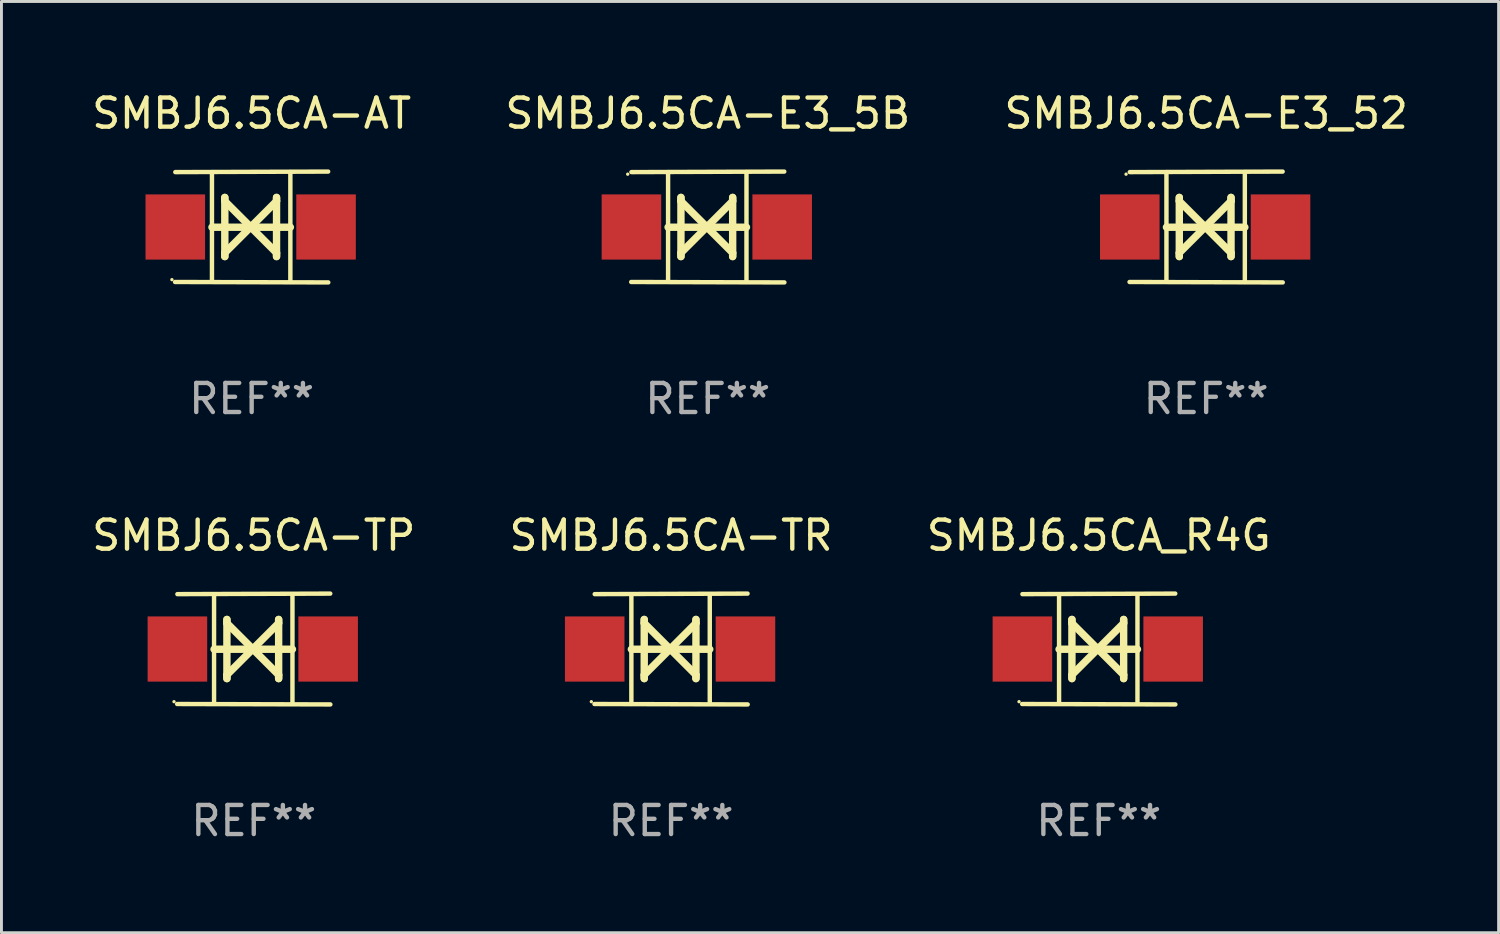
<source format=kicad_pcb>
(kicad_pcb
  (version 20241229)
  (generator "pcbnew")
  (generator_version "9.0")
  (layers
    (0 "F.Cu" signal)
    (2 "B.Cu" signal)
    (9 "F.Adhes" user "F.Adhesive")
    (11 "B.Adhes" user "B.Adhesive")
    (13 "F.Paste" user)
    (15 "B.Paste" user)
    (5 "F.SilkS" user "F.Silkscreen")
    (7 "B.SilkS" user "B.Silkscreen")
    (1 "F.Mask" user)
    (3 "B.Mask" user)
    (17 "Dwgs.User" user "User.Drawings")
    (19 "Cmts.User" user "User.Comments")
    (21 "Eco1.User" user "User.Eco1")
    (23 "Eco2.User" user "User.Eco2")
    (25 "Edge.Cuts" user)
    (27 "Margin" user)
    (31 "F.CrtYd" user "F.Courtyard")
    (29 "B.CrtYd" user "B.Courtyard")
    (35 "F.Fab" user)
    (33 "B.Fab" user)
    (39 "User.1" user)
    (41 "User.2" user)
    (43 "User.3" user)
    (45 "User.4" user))
  (footprint "SMBJ6.5CA-E3_5B"
    (layer "F.Cu")
    (at 21.28 4.753)
    (property "Reference" "SMBJ6.5CA-E3_5B" (at 0 -3.905 0) (layer "F.SilkS") (effects (font (size 1 1) (thickness 0.15))))
    (attr through_hole)
    (fp_line (start -1.365 1.886) (end -1.365 -1.886) (stroke (width 0.152) (type solid)) (layer "F.SilkS"))
    (fp_line (start -1.365 0.008) (end 1.33 0.008) (stroke (width 0.254) (type solid)) (layer "F.SilkS"))
    (fp_line (start -0.923 -1.016) (end -0.923 1.016) (stroke (width 0.254) (type solid)) (layer "F.SilkS"))
    (fp_line (start -0.923 -0.889) (end -0.923 -1.016) (stroke (width 0.254) (type solid)) (layer "F.SilkS"))
    (fp_line (start -0.923 0.889) (end -0.034 0) (stroke (width 0.254) (type solid)) (layer "F.SilkS"))
    (fp_line (start -0.923 1.016) (end -0.923 0.889) (stroke (width 0.254) (type solid)) (layer "F.SilkS"))
    (fp_line (start -0.034 0) (end -0.923 -0.889) (stroke (width 0.254) (type solid)) (layer "F.SilkS"))
    (fp_line (start -0.034 0) (end 0.855 0.889) (stroke (width 0.254) (type solid)) (layer "F.SilkS"))
    (fp_line (start 0.855 -1.016) (end 0.855 -0.889) (stroke (width 0.254) (type solid)) (layer "F.SilkS"))
    (fp_line (start 0.855 -0.889) (end -0.034 0) (stroke (width 0.254) (type solid)) (layer "F.SilkS"))
    (fp_line (start 0.855 0.889) (end 0.855 1.016) (stroke (width 0.254) (type solid)) (layer "F.SilkS"))
    (fp_line (start 0.855 1.016) (end 0.855 -1.016) (stroke (width 0.254) (type solid)) (layer "F.SilkS"))
    (fp_line (start 1.33 1.886) (end 1.33 -1.886) (stroke (width 0.152) (type solid)) (layer "F.SilkS"))
    (fp_line (start 2.629 -1.905) (end -2.625 -1.887) (stroke (width 0.152) (type solid)) (layer "F.SilkS"))
    (fp_line (start 2.633 1.905) (end -2.633 1.89) (stroke (width 0.152) (type solid)) (layer "F.SilkS"))
    (fp_circle (center -2.753 -1.816) (end -2.723 -1.816) (stroke (width 0.06) (type solid)) (fill no) (layer "F.SilkS"))
    (fp_text user "REF**" (at 0 5.905 0) (layer "F.Fab") (effects (font (size 1 1) (thickness 0.15))))
    (pad "1" smd rect (at -2.625 0) (size 2.047 2.241) (layers "F.Cu" "F.Mask" "F.Paste"))
    (pad "2" smd rect (at 2.557 0) (size 2.047 2.241) (layers "F.Cu" "F.Mask" "F.Paste")))
  (footprint "SMBJ6.5CA-TR"
    (layer "F.Cu")
    (at 20.018 19.26)
    (property "Reference" "SMBJ6.5CA-TR" (at 0 -3.905 0) (layer "F.SilkS") (effects (font (size 1 1) (thickness 0.15))))
    (attr through_hole)
    (fp_line (start -1.365 1.886) (end -1.365 -1.886) (stroke (width 0.152) (type solid)) (layer "F.SilkS"))
    (fp_line (start -1.365 0.008) (end 1.33 0.008) (stroke (width 0.254) (type solid)) (layer "F.SilkS"))
    (fp_line (start -0.923 -1.016) (end -0.923 1.016) (stroke (width 0.254) (type solid)) (layer "F.SilkS"))
    (fp_line (start -0.923 -0.889) (end -0.923 -1.016) (stroke (width 0.254) (type solid)) (layer "F.SilkS"))
    (fp_line (start -0.923 0.889) (end -0.034 0) (stroke (width 0.254) (type solid)) (layer "F.SilkS"))
    (fp_line (start -0.923 1.016) (end -0.923 0.889) (stroke (width 0.254) (type solid)) (layer "F.SilkS"))
    (fp_line (start -0.034 0) (end -0.923 -0.889) (stroke (width 0.254) (type solid)) (layer "F.SilkS"))
    (fp_line (start -0.034 0) (end 0.855 0.889) (stroke (width 0.254) (type solid)) (layer "F.SilkS"))
    (fp_line (start 0.855 -1.016) (end 0.855 -0.889) (stroke (width 0.254) (type solid)) (layer "F.SilkS"))
    (fp_line (start 0.855 -0.889) (end -0.034 0) (stroke (width 0.254) (type solid)) (layer "F.SilkS"))
    (fp_line (start 0.855 0.889) (end 0.855 1.016) (stroke (width 0.254) (type solid)) (layer "F.SilkS"))
    (fp_line (start 0.855 1.016) (end 0.855 -1.016) (stroke (width 0.254) (type solid)) (layer "F.SilkS"))
    (fp_line (start 1.33 1.886) (end 1.33 -1.886) (stroke (width 0.152) (type solid)) (layer "F.SilkS"))
    (fp_line (start 2.629 -1.905) (end -2.625 -1.887) (stroke (width 0.152) (type solid)) (layer "F.SilkS"))
    (fp_line (start 2.633 1.905) (end -2.633 1.89) (stroke (width 0.152) (type solid)) (layer "F.SilkS"))
    (fp_circle (center -2.741 1.81) (end -2.711 1.81) (stroke (width 0.06) (type solid)) (fill no) (layer "F.SilkS"))
    (fp_text user "REF**" (at 0 5.905 0) (layer "F.Fab") (effects (font (size 1 1) (thickness 0.15))))
    (pad "1" smd rect (at -2.625 0) (size 2.047 2.241) (layers "F.Cu" "F.Mask" "F.Paste"))
    (pad "2" smd rect (at 2.557 0) (size 2.047 2.241) (layers "F.Cu" "F.Mask" "F.Paste")))
  (footprint "SMBJ6.5CA-E3_52"
    (layer "F.Cu")
    (at 38.411 4.753)
    (property "Reference" "SMBJ6.5CA-E3_52" (at 0 -3.905 0) (layer "F.SilkS") (effects (font (size 1 1) (thickness 0.15))))
    (attr through_hole)
    (fp_line (start -1.365 1.886) (end -1.365 -1.886) (stroke (width 0.152) (type solid)) (layer "F.SilkS"))
    (fp_line (start -1.365 0.008) (end 1.33 0.008) (stroke (width 0.254) (type solid)) (layer "F.SilkS"))
    (fp_line (start -0.923 -1.016) (end -0.923 1.016) (stroke (width 0.254) (type solid)) (layer "F.SilkS"))
    (fp_line (start -0.923 -0.889) (end -0.923 -1.016) (stroke (width 0.254) (type solid)) (layer "F.SilkS"))
    (fp_line (start -0.923 0.889) (end -0.034 0) (stroke (width 0.254) (type solid)) (layer "F.SilkS"))
    (fp_line (start -0.923 1.016) (end -0.923 0.889) (stroke (width 0.254) (type solid)) (layer "F.SilkS"))
    (fp_line (start -0.034 0) (end -0.923 -0.889) (stroke (width 0.254) (type solid)) (layer "F.SilkS"))
    (fp_line (start -0.034 0) (end 0.855 0.889) (stroke (width 0.254) (type solid)) (layer "F.SilkS"))
    (fp_line (start 0.855 -1.016) (end 0.855 -0.889) (stroke (width 0.254) (type solid)) (layer "F.SilkS"))
    (fp_line (start 0.855 -0.889) (end -0.034 0) (stroke (width 0.254) (type solid)) (layer "F.SilkS"))
    (fp_line (start 0.855 0.889) (end 0.855 1.016) (stroke (width 0.254) (type solid)) (layer "F.SilkS"))
    (fp_line (start 0.855 1.016) (end 0.855 -1.016) (stroke (width 0.254) (type solid)) (layer "F.SilkS"))
    (fp_line (start 1.33 1.886) (end 1.33 -1.886) (stroke (width 0.152) (type solid)) (layer "F.SilkS"))
    (fp_line (start 2.629 -1.905) (end -2.625 -1.887) (stroke (width 0.152) (type solid)) (layer "F.SilkS"))
    (fp_line (start 2.633 1.905) (end -2.633 1.89) (stroke (width 0.152) (type solid)) (layer "F.SilkS"))
    (fp_circle (center -2.753 -1.816) (end -2.723 -1.816) (stroke (width 0.06) (type solid)) (fill no) (layer "F.SilkS"))
    (fp_text user "REF**" (at 0 5.905 0) (layer "F.Fab") (effects (font (size 1 1) (thickness 0.15))))
    (pad "1" smd rect (at -2.625 0) (size 2.047 2.241) (layers "F.Cu" "F.Mask" "F.Paste"))
    (pad "2" smd rect (at 2.557 0) (size 2.047 2.241) (layers "F.Cu" "F.Mask" "F.Paste")))
  (footprint "SMBJ6.5CA_R4G"
    (layer "F.Cu")
    (at 34.72 19.26)
    (property "Reference" "SMBJ6.5CA_R4G" (at 0 -3.905 0) (layer "F.SilkS") (effects (font (size 1 1) (thickness 0.15))))
    (attr through_hole)
    (fp_line (start -1.365 1.886) (end -1.365 -1.886) (stroke (width 0.152) (type solid)) (layer "F.SilkS"))
    (fp_line (start -1.365 0.008) (end 1.33 0.008) (stroke (width 0.254) (type solid)) (layer "F.SilkS"))
    (fp_line (start -0.923 -1.016) (end -0.923 1.016) (stroke (width 0.254) (type solid)) (layer "F.SilkS"))
    (fp_line (start -0.923 -0.889) (end -0.923 -1.016) (stroke (width 0.254) (type solid)) (layer "F.SilkS"))
    (fp_line (start -0.923 0.889) (end -0.034 0) (stroke (width 0.254) (type solid)) (layer "F.SilkS"))
    (fp_line (start -0.923 1.016) (end -0.923 0.889) (stroke (width 0.254) (type solid)) (layer "F.SilkS"))
    (fp_line (start -0.034 0) (end -0.923 -0.889) (stroke (width 0.254) (type solid)) (layer "F.SilkS"))
    (fp_line (start -0.034 0) (end 0.855 0.889) (stroke (width 0.254) (type solid)) (layer "F.SilkS"))
    (fp_line (start 0.855 -1.016) (end 0.855 -0.889) (stroke (width 0.254) (type solid)) (layer "F.SilkS"))
    (fp_line (start 0.855 -0.889) (end -0.034 0) (stroke (width 0.254) (type solid)) (layer "F.SilkS"))
    (fp_line (start 0.855 0.889) (end 0.855 1.016) (stroke (width 0.254) (type solid)) (layer "F.SilkS"))
    (fp_line (start 0.855 1.016) (end 0.855 -1.016) (stroke (width 0.254) (type solid)) (layer "F.SilkS"))
    (fp_line (start 1.33 1.886) (end 1.33 -1.886) (stroke (width 0.152) (type solid)) (layer "F.SilkS"))
    (fp_line (start 2.629 -1.905) (end -2.625 -1.887) (stroke (width 0.152) (type solid)) (layer "F.SilkS"))
    (fp_line (start 2.633 1.905) (end -2.633 1.89) (stroke (width 0.152) (type solid)) (layer "F.SilkS"))
    (fp_circle (center -2.741 1.81) (end -2.711 1.81) (stroke (width 0.06) (type solid)) (fill no) (layer "F.SilkS"))
    (fp_text user "REF**" (at 0 5.905 0) (layer "F.Fab") (effects (font (size 1 1) (thickness 0.15))))
    (pad "1" smd rect (at -2.625 0) (size 2.047 2.241) (layers "F.Cu" "F.Mask" "F.Paste"))
    (pad "2" smd rect (at 2.557 0) (size 2.047 2.241) (layers "F.Cu" "F.Mask" "F.Paste")))
  (footprint "SMBJ6.5CA-AT"
    (layer "F.Cu")
    (at 5.601 4.753)
    (property "Reference" "SMBJ6.5CA-AT" (at 0 -3.905 0) (layer "F.SilkS") (effects (font (size 1 1) (thickness 0.15))))
    (attr through_hole)
    (fp_line (start -1.365 1.886) (end -1.365 -1.886) (stroke (width 0.152) (type solid)) (layer "F.SilkS"))
    (fp_line (start -1.365 0.008) (end 1.33 0.008) (stroke (width 0.254) (type solid)) (layer "F.SilkS"))
    (fp_line (start -0.923 -1.016) (end -0.923 1.016) (stroke (width 0.254) (type solid)) (layer "F.SilkS"))
    (fp_line (start -0.923 -0.889) (end -0.923 -1.016) (stroke (width 0.254) (type solid)) (layer "F.SilkS"))
    (fp_line (start -0.923 0.889) (end -0.034 0) (stroke (width 0.254) (type solid)) (layer "F.SilkS"))
    (fp_line (start -0.923 1.016) (end -0.923 0.889) (stroke (width 0.254) (type solid)) (layer "F.SilkS"))
    (fp_line (start -0.034 0) (end -0.923 -0.889) (stroke (width 0.254) (type solid)) (layer "F.SilkS"))
    (fp_line (start -0.034 0) (end 0.855 0.889) (stroke (width 0.254) (type solid)) (layer "F.SilkS"))
    (fp_line (start 0.855 -1.016) (end 0.855 -0.889) (stroke (width 0.254) (type solid)) (layer "F.SilkS"))
    (fp_line (start 0.855 -0.889) (end -0.034 0) (stroke (width 0.254) (type solid)) (layer "F.SilkS"))
    (fp_line (start 0.855 0.889) (end 0.855 1.016) (stroke (width 0.254) (type solid)) (layer "F.SilkS"))
    (fp_line (start 0.855 1.016) (end 0.855 -1.016) (stroke (width 0.254) (type solid)) (layer "F.SilkS"))
    (fp_line (start 1.33 1.886) (end 1.33 -1.886) (stroke (width 0.152) (type solid)) (layer "F.SilkS"))
    (fp_line (start 2.629 -1.905) (end -2.625 -1.887) (stroke (width 0.152) (type solid)) (layer "F.SilkS"))
    (fp_line (start 2.633 1.905) (end -2.633 1.89) (stroke (width 0.152) (type solid)) (layer "F.SilkS"))
    (fp_circle (center -2.741 1.81) (end -2.711 1.81) (stroke (width 0.06) (type solid)) (fill no) (layer "F.SilkS"))
    (fp_text user "REF**" (at 0 5.905 0) (layer "F.Fab") (effects (font (size 1 1) (thickness 0.15))))
    (pad "1" smd rect (at -2.625 0) (size 2.047 2.241) (layers "F.Cu" "F.Mask" "F.Paste"))
    (pad "2" smd rect (at 2.557 0) (size 2.047 2.241) (layers "F.Cu" "F.Mask" "F.Paste")))
  (footprint "SMBJ6.5CA-TP"
    (layer "F.Cu")
    (at 5.673 19.26)
    (property "Reference" "SMBJ6.5CA-TP" (at 0 -3.905 0) (layer "F.SilkS") (effects (font (size 1 1) (thickness 0.15))))
    (attr through_hole)
    (fp_line (start -1.365 1.886) (end -1.365 -1.886) (stroke (width 0.152) (type solid)) (layer "F.SilkS"))
    (fp_line (start -1.365 0.008) (end 1.33 0.008) (stroke (width 0.254) (type solid)) (layer "F.SilkS"))
    (fp_line (start -0.923 -1.016) (end -0.923 1.016) (stroke (width 0.254) (type solid)) (layer "F.SilkS"))
    (fp_line (start -0.923 -0.889) (end -0.923 -1.016) (stroke (width 0.254) (type solid)) (layer "F.SilkS"))
    (fp_line (start -0.923 0.889) (end -0.034 0) (stroke (width 0.254) (type solid)) (layer "F.SilkS"))
    (fp_line (start -0.923 1.016) (end -0.923 0.889) (stroke (width 0.254) (type solid)) (layer "F.SilkS"))
    (fp_line (start -0.034 0) (end -0.923 -0.889) (stroke (width 0.254) (type solid)) (layer "F.SilkS"))
    (fp_line (start -0.034 0) (end 0.855 0.889) (stroke (width 0.254) (type solid)) (layer "F.SilkS"))
    (fp_line (start 0.855 -1.016) (end 0.855 -0.889) (stroke (width 0.254) (type solid)) (layer "F.SilkS"))
    (fp_line (start 0.855 -0.889) (end -0.034 0) (stroke (width 0.254) (type solid)) (layer "F.SilkS"))
    (fp_line (start 0.855 0.889) (end 0.855 1.016) (stroke (width 0.254) (type solid)) (layer "F.SilkS"))
    (fp_line (start 0.855 1.016) (end 0.855 -1.016) (stroke (width 0.254) (type solid)) (layer "F.SilkS"))
    (fp_line (start 1.33 1.886) (end 1.33 -1.886) (stroke (width 0.152) (type solid)) (layer "F.SilkS"))
    (fp_line (start 2.629 -1.905) (end -2.625 -1.887) (stroke (width 0.152) (type solid)) (layer "F.SilkS"))
    (fp_line (start 2.633 1.905) (end -2.633 1.89) (stroke (width 0.152) (type solid)) (layer "F.SilkS"))
    (fp_circle (center -2.741 1.81) (end -2.711 1.81) (stroke (width 0.06) (type solid)) (fill no) (layer "F.SilkS"))
    (fp_text user "REF**" (at 0 5.905 0) (layer "F.Fab") (effects (font (size 1 1) (thickness 0.15))))
    (pad "1" smd rect (at -2.625 0) (size 2.047 2.241) (layers "F.Cu" "F.Mask" "F.Paste"))
    (pad "2" smd rect (at 2.557 0) (size 2.047 2.241) (layers "F.Cu" "F.Mask" "F.Paste")))
  (gr_rect
    (start -3 -3)
    (end 48.464 29.013)
    (stroke (width 0.1) (type default))
    (fill no)
    (layer "Edge.Cuts")))
</source>
